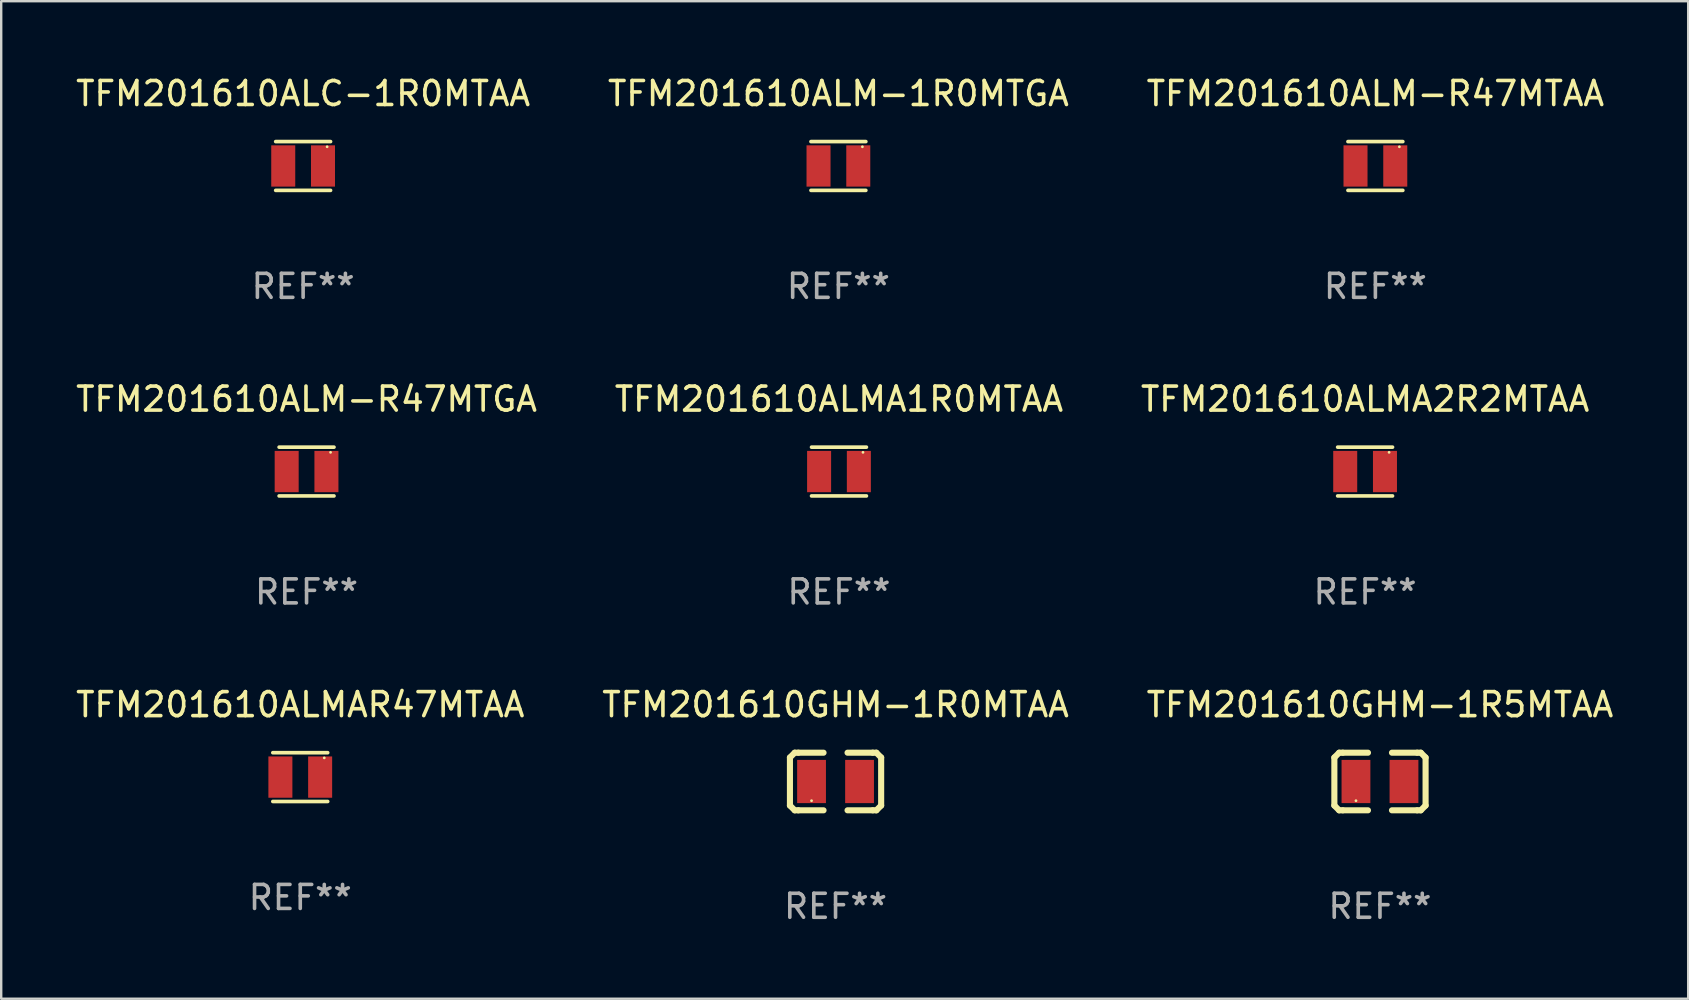
<source format=kicad_pcb>
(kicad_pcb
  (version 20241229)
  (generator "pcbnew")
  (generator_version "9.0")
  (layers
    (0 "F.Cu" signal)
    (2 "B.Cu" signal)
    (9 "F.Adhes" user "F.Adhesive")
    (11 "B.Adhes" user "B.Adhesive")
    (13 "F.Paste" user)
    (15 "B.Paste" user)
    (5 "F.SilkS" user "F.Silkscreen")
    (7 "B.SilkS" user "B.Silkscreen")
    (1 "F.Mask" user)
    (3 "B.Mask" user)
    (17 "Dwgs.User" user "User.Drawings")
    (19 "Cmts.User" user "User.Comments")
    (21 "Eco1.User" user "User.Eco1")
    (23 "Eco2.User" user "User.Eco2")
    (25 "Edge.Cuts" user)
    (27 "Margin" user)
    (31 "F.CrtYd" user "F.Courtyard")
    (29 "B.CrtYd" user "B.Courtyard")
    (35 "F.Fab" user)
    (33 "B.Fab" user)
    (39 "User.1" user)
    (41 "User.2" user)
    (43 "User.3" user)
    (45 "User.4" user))
  (footprint "TFM201610ALMA2R2MTAA"
    (layer "F.Cu")
    (at 53.815 16.593)
    (property "Reference" "TFM201610ALMA2R2MTAA" (at 0 -3.016 0) (layer "F.SilkS") (effects (font (size 1 1) (thickness 0.15))))
    (attr through_hole)
    (fp_line (start -1.143 -1.016) (end 1.143 -1.016) (stroke (width 0.152) (type solid)) (layer "F.SilkS"))
    (fp_line (start 1.143 1.016) (end -1.143 1.016) (stroke (width 0.152) (type solid)) (layer "F.SilkS"))
    (fp_circle (center 1 -0.8) (end 1.03 -0.8) (stroke (width 0.06) (type solid)) (fill no) (layer "F.SilkS"))
    (fp_text user "REF**" (at 0 5.016 0) (layer "F.Fab") (effects (font (size 1 1) (thickness 0.15))))
    (pad "1" smd rect (at 0.828 0) (size 1 1.72) (layers "F.Cu" "F.Mask" "F.Paste"))
    (pad "2" smd rect (at -0.828 0) (size 1 1.72) (layers "F.Cu" "F.Mask" "F.Paste")))
  (footprint "TFM201610ALM-R47MTGA"
    (layer "F.Cu")
    (at 9.72 16.593)
    (property "Reference" "TFM201610ALM-R47MTGA" (at 0 -3.016 0) (layer "F.SilkS") (effects (font (size 1 1) (thickness 0.15))))
    (attr through_hole)
    (fp_line (start -1.143 -1.016) (end 1.143 -1.016) (stroke (width 0.152) (type solid)) (layer "F.SilkS"))
    (fp_line (start 1.143 1.016) (end -1.143 1.016) (stroke (width 0.152) (type solid)) (layer "F.SilkS"))
    (fp_circle (center 1 -0.8) (end 1.03 -0.8) (stroke (width 0.06) (type solid)) (fill no) (layer "F.SilkS"))
    (fp_text user "REF**" (at 0 5.016 0) (layer "F.Fab") (effects (font (size 1 1) (thickness 0.15))))
    (pad "1" smd rect (at 0.828 0) (size 1 1.72) (layers "F.Cu" "F.Mask" "F.Paste"))
    (pad "2" smd rect (at -0.828 0) (size 1 1.72) (layers "F.Cu" "F.Mask" "F.Paste")))
  (footprint "TFM201610GHM-1R5MTAA"
    (layer "F.Cu")
    (at 54.435 29.505)
    (property "Reference" "TFM201610GHM-1R5MTAA" (at 0 -3.2 0) (layer "F.SilkS") (effects (font (size 1 1) (thickness 0.15))))
    (attr through_hole)
    (fp_line (start -1.9 -1) (end -1.9 1) (stroke (width 0.254) (type solid)) (layer "F.SilkS"))
    (fp_line (start -1.7 -1.2) (end -1.9 -1) (stroke (width 0.254) (type solid)) (layer "F.SilkS"))
    (fp_line (start -1.7 1.2) (end -1.9 1) (stroke (width 0.254) (type solid)) (layer "F.SilkS"))
    (fp_line (start -1.55 -1.2) (end -1.7 -1.2) (stroke (width 0.254) (type solid)) (layer "F.SilkS"))
    (fp_line (start -1.55 1.2) (end -1.7 1.2) (stroke (width 0.254) (type solid)) (layer "F.SilkS"))
    (fp_line (start -0.5 -1.2) (end -1.55 -1.2) (stroke (width 0.254) (type solid)) (layer "F.SilkS"))
    (fp_line (start -0.5 1.2) (end -1.55 1.2) (stroke (width 0.254) (type solid)) (layer "F.SilkS"))
    (fp_line (start 0.5 -1.2) (end 1.55 -1.2) (stroke (width 0.254) (type solid)) (layer "F.SilkS"))
    (fp_line (start 0.5 1.2) (end 1.55 1.2) (stroke (width 0.254) (type solid)) (layer "F.SilkS"))
    (fp_line (start 1.55 -1.2) (end 1.7 -1.2) (stroke (width 0.254) (type solid)) (layer "F.SilkS"))
    (fp_line (start 1.55 1.2) (end 1.7 1.2) (stroke (width 0.254) (type solid)) (layer "F.SilkS"))
    (fp_line (start 1.7 -1.2) (end 1.9 -1) (stroke (width 0.254) (type solid)) (layer "F.SilkS"))
    (fp_line (start 1.7 1.2) (end 1.9 1) (stroke (width 0.254) (type solid)) (layer "F.SilkS"))
    (fp_line (start 1.9 -1) (end 1.9 1) (stroke (width 0.254) (type solid)) (layer "F.SilkS"))
    (fp_circle (center -1 0.8) (end -0.97 0.8) (stroke (width 0.06) (type solid)) (fill no) (layer "F.SilkS"))
    (fp_text user "REF**" (at 0 5.2 0) (layer "F.Fab") (effects (font (size 1 1) (thickness 0.15))))
    (pad "1" smd rect (at -1 0) (size 1.2 1.8) (layers "F.Cu" "F.Mask" "F.Paste"))
    (pad "2" smd rect (at 1 0) (size 1.2 1.8) (layers "F.Cu" "F.Mask" "F.Paste")))
  (footprint "TFM201610GHM-1R0MTAA"
    (layer "F.Cu")
    (at 31.756 29.505)
    (property "Reference" "TFM201610GHM-1R0MTAA" (at 0 -3.2 0) (layer "F.SilkS") (effects (font (size 1 1) (thickness 0.15))))
    (attr through_hole)
    (fp_line (start -1.9 -1) (end -1.9 1) (stroke (width 0.254) (type solid)) (layer "F.SilkS"))
    (fp_line (start -1.7 -1.2) (end -1.9 -1) (stroke (width 0.254) (type solid)) (layer "F.SilkS"))
    (fp_line (start -1.7 1.2) (end -1.9 1) (stroke (width 0.254) (type solid)) (layer "F.SilkS"))
    (fp_line (start -1.55 -1.2) (end -1.7 -1.2) (stroke (width 0.254) (type solid)) (layer "F.SilkS"))
    (fp_line (start -1.55 1.2) (end -1.7 1.2) (stroke (width 0.254) (type solid)) (layer "F.SilkS"))
    (fp_line (start -0.5 -1.2) (end -1.55 -1.2) (stroke (width 0.254) (type solid)) (layer "F.SilkS"))
    (fp_line (start -0.5 1.2) (end -1.55 1.2) (stroke (width 0.254) (type solid)) (layer "F.SilkS"))
    (fp_line (start 0.5 -1.2) (end 1.55 -1.2) (stroke (width 0.254) (type solid)) (layer "F.SilkS"))
    (fp_line (start 0.5 1.2) (end 1.55 1.2) (stroke (width 0.254) (type solid)) (layer "F.SilkS"))
    (fp_line (start 1.55 -1.2) (end 1.7 -1.2) (stroke (width 0.254) (type solid)) (layer "F.SilkS"))
    (fp_line (start 1.55 1.2) (end 1.7 1.2) (stroke (width 0.254) (type solid)) (layer "F.SilkS"))
    (fp_line (start 1.7 -1.2) (end 1.9 -1) (stroke (width 0.254) (type solid)) (layer "F.SilkS"))
    (fp_line (start 1.7 1.2) (end 1.9 1) (stroke (width 0.254) (type solid)) (layer "F.SilkS"))
    (fp_line (start 1.9 -1) (end 1.9 1) (stroke (width 0.254) (type solid)) (layer "F.SilkS"))
    (fp_circle (center -1 0.8) (end -0.97 0.8) (stroke (width 0.06) (type solid)) (fill no) (layer "F.SilkS"))
    (fp_text user "REF**" (at 0 5.2 0) (layer "F.Fab") (effects (font (size 1 1) (thickness 0.15))))
    (pad "1" smd rect (at -1 0) (size 1.2 1.8) (layers "F.Cu" "F.Mask" "F.Paste"))
    (pad "2" smd rect (at 1 0) (size 1.2 1.8) (layers "F.Cu" "F.Mask" "F.Paste")))
  (footprint "TFM201610ALMAR47MTAA"
    (layer "F.Cu")
    (at 9.458 29.321)
    (property "Reference" "TFM201610ALMAR47MTAA" (at 0 -3.016 0) (layer "F.SilkS") (effects (font (size 1 1) (thickness 0.15))))
    (attr through_hole)
    (fp_line (start -1.143 -1.016) (end 1.143 -1.016) (stroke (width 0.152) (type solid)) (layer "F.SilkS"))
    (fp_line (start 1.143 1.016) (end -1.143 1.016) (stroke (width 0.152) (type solid)) (layer "F.SilkS"))
    (fp_circle (center 1 -0.8) (end 1.03 -0.8) (stroke (width 0.06) (type solid)) (fill no) (layer "F.SilkS"))
    (fp_text user "REF**" (at 0 5.016 0) (layer "F.Fab") (effects (font (size 1 1) (thickness 0.15))))
    (pad "1" smd rect (at 0.828 0) (size 1 1.72) (layers "F.Cu" "F.Mask" "F.Paste"))
    (pad "2" smd rect (at -0.828 0) (size 1 1.72) (layers "F.Cu" "F.Mask" "F.Paste")))
  (footprint "TFM201610ALM-1R0MTGA"
    (layer "F.Cu")
    (at 31.875 3.864)
    (property "Reference" "TFM201610ALM-1R0MTGA" (at 0 -3.016 0) (layer "F.SilkS") (effects (font (size 1 1) (thickness 0.15))))
    (attr through_hole)
    (fp_line (start -1.143 -1.016) (end 1.143 -1.016) (stroke (width 0.152) (type solid)) (layer "F.SilkS"))
    (fp_line (start 1.143 1.016) (end -1.143 1.016) (stroke (width 0.152) (type solid)) (layer "F.SilkS"))
    (fp_circle (center 1 -0.8) (end 1.03 -0.8) (stroke (width 0.06) (type solid)) (fill no) (layer "F.SilkS"))
    (fp_text user "REF**" (at 0 5.016 0) (layer "F.Fab") (effects (font (size 1 1) (thickness 0.15))))
    (pad "1" smd rect (at 0.828 0) (size 1 1.72) (layers "F.Cu" "F.Mask" "F.Paste"))
    (pad "2" smd rect (at -0.828 0) (size 1 1.72) (layers "F.Cu" "F.Mask" "F.Paste")))
  (footprint "TFM201610ALMA1R0MTAA"
    (layer "F.Cu")
    (at 31.899 16.593)
    (property "Reference" "TFM201610ALMA1R0MTAA" (at 0 -3.016 0) (layer "F.SilkS") (effects (font (size 1 1) (thickness 0.15))))
    (attr through_hole)
    (fp_line (start -1.143 -1.016) (end 1.143 -1.016) (stroke (width 0.152) (type solid)) (layer "F.SilkS"))
    (fp_line (start 1.143 1.016) (end -1.143 1.016) (stroke (width 0.152) (type solid)) (layer "F.SilkS"))
    (fp_circle (center 1 -0.8) (end 1.03 -0.8) (stroke (width 0.06) (type solid)) (fill no) (layer "F.SilkS"))
    (fp_text user "REF**" (at 0 5.016 0) (layer "F.Fab") (effects (font (size 1 1) (thickness 0.15))))
    (pad "1" smd rect (at 0.828 0) (size 1 1.72) (layers "F.Cu" "F.Mask" "F.Paste"))
    (pad "2" smd rect (at -0.828 0) (size 1 1.72) (layers "F.Cu" "F.Mask" "F.Paste")))
  (footprint "TFM201610ALM-R47MTAA"
    (layer "F.Cu")
    (at 54.244 3.864)
    (property "Reference" "TFM201610ALM-R47MTAA" (at 0 -3.016 0) (layer "F.SilkS") (effects (font (size 1 1) (thickness 0.15))))
    (attr through_hole)
    (fp_line (start -1.143 -1.016) (end 1.143 -1.016) (stroke (width 0.152) (type solid)) (layer "F.SilkS"))
    (fp_line (start 1.143 1.016) (end -1.143 1.016) (stroke (width 0.152) (type solid)) (layer "F.SilkS"))
    (fp_circle (center 1 -0.8) (end 1.03 -0.8) (stroke (width 0.06) (type solid)) (fill no) (layer "F.SilkS"))
    (fp_text user "REF**" (at 0 5.016 0) (layer "F.Fab") (effects (font (size 1 1) (thickness 0.15))))
    (pad "1" smd rect (at 0.828 0) (size 1 1.72) (layers "F.Cu" "F.Mask" "F.Paste"))
    (pad "2" smd rect (at -0.828 0) (size 1 1.72) (layers "F.Cu" "F.Mask" "F.Paste")))
  (footprint "TFM201610ALC-1R0MTAA"
    (layer "F.Cu")
    (at 9.577 3.864)
    (property "Reference" "TFM201610ALC-1R0MTAA" (at 0 -3.016 0) (layer "F.SilkS") (effects (font (size 1 1) (thickness 0.15))))
    (attr through_hole)
    (fp_line (start -1.143 -1.016) (end 1.143 -1.016) (stroke (width 0.152) (type solid)) (layer "F.SilkS"))
    (fp_line (start 1.143 1.016) (end -1.143 1.016) (stroke (width 0.152) (type solid)) (layer "F.SilkS"))
    (fp_circle (center 1 -0.8) (end 1.03 -0.8) (stroke (width 0.06) (type solid)) (fill no) (layer "F.SilkS"))
    (fp_text user "REF**" (at 0 5.016 0) (layer "F.Fab") (effects (font (size 1 1) (thickness 0.15))))
    (pad "1" smd rect (at 0.828 0) (size 1 1.72) (layers "F.Cu" "F.Mask" "F.Paste"))
    (pad "2" smd rect (at -0.828 0) (size 1 1.72) (layers "F.Cu" "F.Mask" "F.Paste")))
  (gr_rect
    (start -3 -3)
    (end 67.274 38.554)
    (stroke (width 0.1) (type default))
    (fill no)
    (layer "Edge.Cuts")))
</source>
